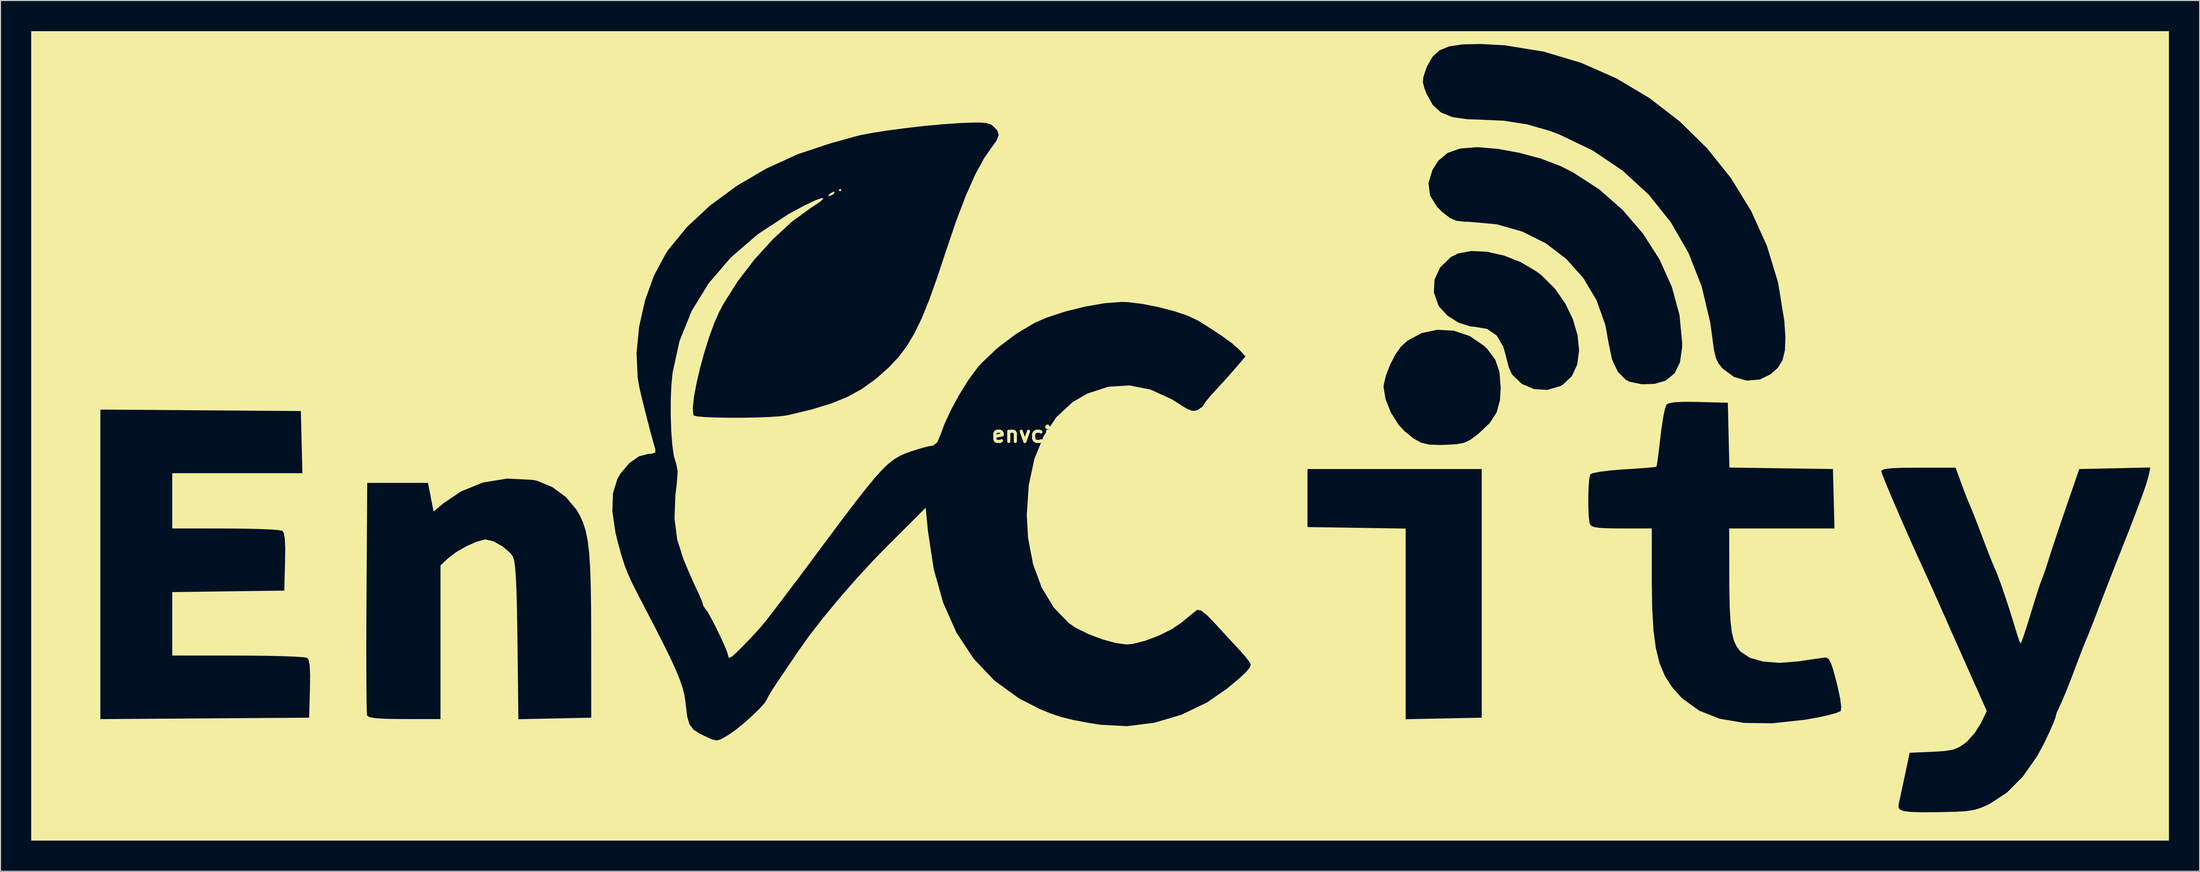
<source format=kicad_pcb>
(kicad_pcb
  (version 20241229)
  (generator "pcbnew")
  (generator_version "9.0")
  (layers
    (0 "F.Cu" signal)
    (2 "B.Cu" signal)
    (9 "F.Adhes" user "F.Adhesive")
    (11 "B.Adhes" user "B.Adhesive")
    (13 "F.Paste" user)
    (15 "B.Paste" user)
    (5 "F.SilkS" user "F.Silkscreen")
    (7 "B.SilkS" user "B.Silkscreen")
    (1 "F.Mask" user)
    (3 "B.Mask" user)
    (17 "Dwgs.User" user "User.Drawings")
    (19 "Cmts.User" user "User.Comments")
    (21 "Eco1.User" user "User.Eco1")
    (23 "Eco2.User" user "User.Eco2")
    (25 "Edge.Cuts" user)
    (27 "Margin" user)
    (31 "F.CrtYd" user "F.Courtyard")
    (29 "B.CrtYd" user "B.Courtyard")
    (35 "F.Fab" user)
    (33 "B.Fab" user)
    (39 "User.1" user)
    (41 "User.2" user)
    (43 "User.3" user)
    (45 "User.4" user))
  (footprint "envcity_logo_kicad"
    (layer "F.Cu")
    (at 104.302 39.451)
    (property "Reference" "envcity_logo_kicad" (at 0 0 0) (layer "F.SilkS") (effects (font (size 1.5 1.5) (thickness 0.3))))
    (attr board_only exclude_from_pos_files exclude_from_bom)
    (fp_poly (pts (xy -25.13 -23.914) (xy -25.265 -23.779) (xy -25.4 -23.914) (xy -25.265 -24.049)) (stroke (width 0) (type solid)) (fill yes) (layer "F.SilkS"))
    (fp_poly (pts (xy -25.798 -23.727) (xy -25.879 -23.526) (xy -26.131 -23.391) (xy -26.447 -23.309) (xy -26.318 -23.506) (xy -26.283 -23.542) (xy -25.928 -23.755)) (stroke (width 0) (type solid)) (fill yes) (layer "F.SilkS"))
    (fp_poly (pts (xy 104.572 0.135) (xy 104.572 39.721) (xy 0.135 39.721) (xy -104.302 39.721) (xy -104.302 0.135) (xy -104.302 -2.439) (xy -97.547 -2.439) (xy -97.547 12.7) (xy -97.547 27.838) (xy -87.346 27.768) (xy -77.146 27.697) (xy -77.068 24.882) (xy -77.051 23.487) (xy -77.095 22.559) (xy -77.206 22.028) (xy -77.338 21.846) (xy -77.697 21.784) (xy -78.517 21.728) (xy -79.718 21.681) (xy -81.22 21.646) (xy -82.943 21.626) (xy -84.104 21.621) (xy -90.521 21.617) (xy -90.521 20.616) (xy -71.559 20.616) (xy -71.558 22.65) (xy -71.551 24.404) (xy -71.538 25.82) (xy -71.519 26.839) (xy -71.495 27.403) (xy -71.483 27.494) (xy -71.253 27.645) (xy -70.663 27.748) (xy -69.656 27.808) (xy -68.177 27.831) (xy -67.832 27.832) (xy -64.311 27.832) (xy -64.311 20.317) (xy -64.311 12.801) (xy -63.568 12.104) (xy -62.779 11.501) (xy -61.794 10.933) (xy -60.805 10.493) (xy -60.003 10.277) (xy -59.869 10.269) (xy -59.102 10.463) (xy -58.239 10.948) (xy -57.504 11.58) (xy -57.235 11.942) (xy -57.12 12.297) (xy -57.025 12.951) (xy -56.948 13.949) (xy -56.886 15.337) (xy -56.838 17.161) (xy -56.799 19.467) (xy -56.79 20.206) (xy -56.701 27.847) (xy -53.142 27.772) (xy -49.584 27.697) (xy -49.587 19.726) (xy -49.597 17.031) (xy -49.629 14.813) (xy -49.69 13.007) (xy -49.788 11.549) (xy -49.93 10.376) (xy -50.124 9.423) (xy -50.378 8.626) (xy -50.697 7.922) (xy -50.931 7.515) (xy -47.521 7.515) (xy -47.21 9.622) (xy -47.003 10.476) (xy -46.656 11.74) (xy -46.339 12.746) (xy -45.983 13.663) (xy -45.521 14.663) (xy -44.884 15.917) (xy -44.664 16.337) (xy -43.501 18.574) (xy -42.57 20.4) (xy -41.844 21.877) (xy -41.298 23.068) (xy -40.905 24.035) (xy -40.636 24.841) (xy -40.466 25.549) (xy -40.368 26.221) (xy -40.352 26.393) (xy -40.213 27.564) (xy -39.99 28.338) (xy -39.597 28.862) (xy -38.948 29.279) (xy -38.505 29.49) (xy -37.792 29.811) (xy -37.342 29.928) (xy -36.934 29.824) (xy -36.346 29.484) (xy -36.073 29.316) (xy -35.418 28.853) (xy -34.635 28.211) (xy -33.833 27.493) (xy -33.124 26.801) (xy -32.618 26.24) (xy -32.426 25.912) (xy -32.282 25.614) (xy -31.9 24.986) (xy -31.348 24.14) (xy -31.073 23.733) (xy -30.421 22.775) (xy -29.853 21.938) (xy -29.463 21.359) (xy -29.384 21.24) (xy -28.306 19.713) (xy -26.924 17.932) (xy -25.332 16.009) (xy -23.624 14.054) (xy -21.894 12.18) (xy -20.69 10.944) (xy -16.903 7.161) (xy -16.682 9.457) (xy -16.122 13.156) (xy -15.19 16.469) (xy -13.888 19.395) (xy -12.218 21.929) (xy -10.183 24.069) (xy -7.784 25.812) (xy -5.769 26.847) (xy -4.682 27.291) (xy -3.642 27.636) (xy -2.489 27.922) (xy -1.065 28.191) (xy 0.143 28.386) (xy 2.759 28.529) (xy 5.444 28.193) (xy 8.088 27.409) (xy 10.582 26.209) (xy 12.525 24.864) (xy 13.621 23.952) (xy 14.337 23.296) (xy 14.731 22.838) (xy 14.861 22.518) (xy 14.862 22.495) (xy 14.691 22.186) (xy 14.252 21.632) (xy 13.848 21.179) (xy 13.143 20.416) (xy 12.263 19.459) (xy 11.398 18.515) (xy 11.391 18.507) (xy 10.573 17.663) (xy 10.012 17.222) (xy 9.656 17.144) (xy 9.593 17.176) (xy 9.198 17.484) (xy 8.557 18.006) (xy 8.066 18.416) (xy 7.103 19.062) (xy 5.866 19.674) (xy 4.551 20.172) (xy 3.354 20.477) (xy 2.754 20.536) (xy 1.678 20.398) (xy 0.354 20.032) (xy -1.014 19.513) (xy -2.226 18.914) (xy -2.927 18.445) (xy -4.402 16.905) (xy -5.571 14.962) (xy -6.413 12.677) (xy -6.902 10.109) (xy -7.026 7.893) (xy -6.838 4.981) (xy -6.496 3.378) (xy 20.401 3.378) (xy 20.401 6.215) (xy 20.401 9.052) (xy 25.197 9.126) (xy 29.994 9.2) (xy 29.994 18.523) (xy 29.994 27.847) (xy 33.709 27.772) (xy 37.424 27.697) (xy 37.424 15.537) (xy 37.424 6.086) (xy 47.838 6.086) (xy 47.842 7.123) (xy 47.883 8.036) (xy 47.962 8.659) (xy 47.992 8.76) (xy 48.153 8.953) (xy 48.521 9.08) (xy 49.189 9.152) (xy 50.249 9.183) (xy 51.099 9.187) (xy 54.043 9.187) (xy 54.043 14.39) (xy 54.081 17.007) (xy 54.208 19.164) (xy 54.445 20.936) (xy 54.812 22.397) (xy 55.327 23.624) (xy 56.011 24.691) (xy 56.884 25.674) (xy 57.065 25.849) (xy 58.674 27.011) (xy 60.67 27.798) (xy 63.053 28.209) (xy 65.819 28.245) (xy 68.968 27.905) (xy 70.215 27.687) (xy 71.223 27.469) (xy 72.025 27.25) (xy 72.469 27.071) (xy 72.498 27.048) (xy 72.555 26.665) (xy 72.453 25.844) (xy 72.203 24.664) (xy 72.106 24.275) (xy 71.792 23.096) (xy 71.548 22.354) (xy 71.329 21.959) (xy 71.091 21.818) (xy 70.928 21.818) (xy 70.405 21.89) (xy 69.528 22.016) (xy 68.476 22.172) (xy 68.362 22.189) (xy 66.55 22.333) (xy 64.941 22.212) (xy 63.631 21.842) (xy 62.717 21.241) (xy 62.703 21.226) (xy 62.342 20.755) (xy 62.068 20.162) (xy 61.87 19.371) (xy 61.737 18.306) (xy 61.657 16.894) (xy 61.621 15.058) (xy 61.615 13.848) (xy 61.609 9.187) (xy 66.752 9.187) (xy 71.895 9.187) (xy 71.818 6.282) (xy 71.747 3.599) (xy 76.47 3.599) (xy 76.576 3.934) (xy 76.871 4.683) (xy 77.321 5.765) (xy 77.892 7.101) (xy 78.549 8.613) (xy 79.257 10.22) (xy 79.984 11.844) (xy 80.694 13.404) (xy 80.93 13.916) (xy 81.352 14.842) (xy 81.963 16.211) (xy 82.741 17.967) (xy 83.159 18.915) (xy 83.47 19.62) (xy 83.942 20.683) (xy 84.514 21.971) (xy 85.127 23.348) (xy 85.234 23.588) (xy 86.774 27.046) (xy 86.188 28.257) (xy 85.617 29.166) (xy 84.888 29.99) (xy 84.638 30.204) (xy 84.067 30.586) (xy 83.473 30.821) (xy 82.688 30.954) (xy 81.542 31.03) (xy 81.456 31.033) (xy 79.239 31.127) (xy 78.773 33.33) (xy 78.539 34.431) (xy 78.334 35.386) (xy 78.194 36.025) (xy 78.173 36.116) (xy 78.143 36.447) (xy 78.28 36.681) (xy 78.654 36.833) (xy 79.339 36.917) (xy 80.406 36.948) (xy 81.926 36.939) (xy 82.28 36.933) (xy 83.707 36.901) (xy 84.736 36.839) (xy 85.507 36.723) (xy 86.162 36.529) (xy 86.842 36.234) (xy 87.06 36.129) (xy 88.734 35.031) (xy 90.295 33.46) (xy 91.686 31.48) (xy 92.397 30.161) (xy 92.878 29.142) (xy 93.252 28.296) (xy 93.465 27.745) (xy 93.494 27.621) (xy 93.611 27.198) (xy 93.895 26.578) (xy 93.899 26.57) (xy 94.168 25.988) (xy 94.558 25.052) (xy 95.005 23.915) (xy 95.261 23.238) (xy 95.693 22.091) (xy 96.078 21.089) (xy 96.364 20.37) (xy 96.466 20.131) (xy 96.665 19.654) (xy 97 18.81) (xy 97.416 17.736) (xy 97.687 17.023) (xy 98.239 15.579) (xy 98.854 13.991) (xy 99.423 12.54) (xy 99.573 12.16) (xy 100.565 9.65) (xy 101.352 7.616) (xy 101.942 6.035) (xy 102.343 4.887) (xy 102.564 4.15) (xy 102.593 4.021) (xy 102.752 3.226) (xy 99.281 3.302) (xy 95.811 3.378) (xy 94.509 7.161) (xy 94.007 8.63) (xy 93.533 10.037) (xy 93.133 11.247) (xy 92.851 12.122) (xy 92.798 12.295) (xy 92.513 13.186) (xy 92.249 13.932) (xy 92.147 14.186) (xy 91.973 14.658) (xy 91.69 15.517) (xy 91.339 16.633) (xy 91.035 17.633) (xy 90.681 18.779) (xy 90.378 19.695) (xy 90.161 20.279) (xy 90.066 20.441) (xy 89.945 20.152) (xy 89.723 19.488) (xy 89.455 18.616) (xy 89.027 17.228) (xy 88.57 15.831) (xy 88.132 14.568) (xy 87.761 13.578) (xy 87.559 13.105) (xy 87.356 12.628) (xy 87.019 11.783) (xy 86.603 10.708) (xy 86.333 9.998) (xy 85.896 8.851) (xy 85.506 7.85) (xy 85.217 7.131) (xy 85.113 6.89) (xy 84.885 6.347) (xy 84.558 5.505) (xy 84.294 4.796) (xy 83.727 3.243) (xy 80.099 3.243) (xy 78.568 3.254) (xy 77.509 3.294) (xy 76.854 3.368) (xy 76.533 3.484) (xy 76.47 3.599) (xy 71.747 3.599) (xy 71.741 3.378) (xy 66.684 3.304) (xy 61.626 3.231) (xy 61.549 0.062) (xy 61.473 -3.107) (xy 58.609 -3.184) (xy 57.179 -3.199) (xy 56.218 -3.153) (xy 55.66 -3.038) (xy 55.471 -2.914) (xy 55.329 -2.512) (xy 55.162 -1.703) (xy 54.993 -0.616) (xy 54.886 0.252) (xy 54.75 1.42) (xy 54.629 2.368) (xy 54.537 2.98) (xy 54.496 3.149) (xy 54.212 3.195) (xy 53.499 3.261) (xy 52.467 3.337) (xy 51.326 3.41) (xy 50.044 3.51) (xy 48.994 3.638) (xy 48.286 3.777) (xy 48.034 3.891) (xy 47.936 4.305) (xy 47.87 5.092) (xy 47.838 6.086) (xy 37.424 6.086) (xy 37.424 3.378) (xy 28.913 3.378) (xy 20.401 3.378) (xy -6.496 3.378) (xy -6.285 2.394) (xy -5.379 0.158) (xy -4.131 -1.702) (xy -2.555 -3.161) (xy -1.099 -4.009) (xy 0.948 -4.673) (xy 3.013 -4.8) (xy 5.083 -4.39) (xy 7.141 -3.446) (xy 7.749 -3.062) (xy 8.571 -2.545) (xy 9.114 -2.32) (xy 9.519 -2.338) (xy 9.709 -2.422) (xy 10.146 -2.727) (xy 10.271 -2.914) (xy 10.445 -3.198) (xy 10.892 -3.743) (xy 11.418 -4.323) (xy 11.708 -4.639) (xy 27.832 -4.639) (xy 28.031 -3.442) (xy 28.555 -2.14) (xy 29.301 -0.955) (xy 29.898 -0.312) (xy 30.747 0.377) (xy 31.472 0.788) (xy 32.266 0.983) (xy 33.319 1.023) (xy 33.941 1.007) (xy 34.993 0.946) (xy 35.715 0.807) (xy 36.315 0.517) (xy 37.001 0.005) (xy 37.12 -0.092) (xy 38.215 -1.127) (xy 38.883 -2.16) (xy 39.209 -3.364) (xy 39.28 -4.594) (xy 39.159 -6.117) (xy 38.753 -7.31) (xy 37.997 -8.338) (xy 37.651 -8.676) (xy 36.262 -9.628) (xy 34.707 -10.152) (xy 33.098 -10.248) (xy 31.544 -9.919) (xy 30.157 -9.164) (xy 29.539 -8.604) (xy 28.986 -7.828) (xy 28.456 -6.79) (xy 28.043 -5.706) (xy 27.839 -4.793) (xy 27.832 -4.639) (xy 11.708 -4.639) (xy 12.226 -5.203) (xy 13.048 -6.124) (xy 13.452 -6.591) (xy 14.343 -7.643) (xy 13.724 -8.307) (xy 13.073 -8.89) (xy 12.038 -9.645) (xy 10.578 -10.6) (xy 9.695 -11.15) (xy 8.716 -11.614) (xy 7.369 -12.067) (xy 5.827 -12.469) (xy 4.261 -12.777) (xy 2.845 -12.949) (xy 2.276 -12.97) (xy 0.618 -12.849) (xy -1.302 -12.519) (xy -3.273 -12.031) (xy -5.083 -11.435) (xy -6.239 -10.933) (xy -8.086 -9.833) (xy -9.895 -8.46) (xy -11.454 -6.982) (xy -11.842 -6.542) (xy -12.686 -5.4) (xy -13.571 -3.985) (xy -14.395 -2.477) (xy -15.061 -1.056) (xy -15.422 -0.068) (xy -15.766 0.759) (xy -16.16 1.078) (xy -16.203 1.081) (xy -16.684 1.164) (xy -17.485 1.38) (xy -18.277 1.631) (xy -18.897 1.854) (xy -19.455 2.105) (xy -19.992 2.425) (xy -20.547 2.858) (xy -21.161 3.447) (xy -21.872 4.235) (xy -22.722 5.265) (xy -23.75 6.579) (xy -24.995 8.22) (xy -26.498 10.232) (xy -27.429 11.484) (xy -28.214 12.541) (xy -28.892 13.451) (xy -29.391 14.119) (xy -29.641 14.451) (xy -29.647 14.457) (xy -29.905 14.795) (xy -30.389 15.434) (xy -30.999 16.243) (xy -31.074 16.343) (xy -31.885 17.414) (xy -32.487 18.189) (xy -32.995 18.803) (xy -33.523 19.393) (xy -34.185 20.095) (xy -34.502 20.426) (xy -35.311 21.25) (xy -35.823 21.712) (xy -36.099 21.855) (xy -36.202 21.721) (xy -36.209 21.614) (xy -36.321 21.23) (xy -36.614 20.528) (xy -37.021 19.645) (xy -37.473 18.719) (xy -37.904 17.889) (xy -38.247 17.292) (xy -38.424 17.068) (xy -38.638 16.76) (xy -38.64 16.718) (xy -38.752 16.336) (xy -39.034 15.671) (xy -39.2 15.322) (xy -39.582 14.501) (xy -40.064 13.404) (xy -40.548 12.255) (xy -40.587 12.16) (xy -41.188 10.246) (xy -41.443 8.225) (xy -41.365 5.96) (xy -41.227 4.841) (xy -41.136 3.591) (xy -41.298 2.787) (xy -41.315 2.753) (xy -41.508 2.107) (xy -41.659 1.047) (xy -41.762 -0.305) (xy -41.815 -1.825) (xy -41.812 -3.387) (xy -41.748 -4.869) (xy -41.635 -6.04) (xy -40.953 -9.156) (xy -39.771 -12.081) (xy -38.102 -14.8) (xy -35.957 -17.299) (xy -33.346 -19.563) (xy -30.283 -21.577) (xy -28.692 -22.432) (xy -27.68 -22.908) (xy -27.071 -23.126) (xy -26.887 -23.095) (xy -27.15 -22.824) (xy -27.88 -22.322) (xy -28.099 -22.185) (xy -29.932 -20.855) (xy -31.812 -19.128) (xy -33.632 -17.125) (xy -35.286 -14.967) (xy -36.667 -12.776) (xy -37.086 -11.984) (xy -37.586 -10.845) (xy -38.083 -9.468) (xy -38.554 -7.958) (xy -38.971 -6.415) (xy -39.312 -4.942) (xy -39.549 -3.642) (xy -39.659 -2.616) (xy -39.615 -1.968) (xy -39.572 -1.869) (xy -39.256 -1.777) (xy -38.509 -1.708) (xy -37.441 -1.663) (xy -36.162 -1.641) (xy -34.779 -1.643) (xy -33.404 -1.667) (xy -32.146 -1.715) (xy -31.113 -1.786) (xy -30.415 -1.879) (xy -30.399 -1.883) (xy -28.049 -2.45) (xy -26.13 -3.036) (xy -24.532 -3.688) (xy -23.146 -4.452) (xy -21.863 -5.374) (xy -21.559 -5.623) (xy -20.489 -6.581) (xy -19.565 -7.566) (xy -18.747 -8.649) (xy -17.996 -9.905) (xy -17.273 -11.406) (xy -16.538 -13.224) (xy -16.3 -13.892) (xy 32.75 -13.892) (xy 33.199 -12.629) (xy 33.263 -12.521) (xy 34.059 -11.641) (xy 35.147 -10.95) (xy 36.308 -10.573) (xy 36.725 -10.538) (xy 37.96 -10.325) (xy 38.893 -9.675) (xy 39.539 -8.577) (xy 39.844 -7.445) (xy 40.062 -6.611) (xy 40.352 -5.935) (xy 40.404 -5.852) (xy 41.34 -4.953) (xy 42.531 -4.447) (xy 43.83 -4.364) (xy 45.094 -4.732) (xy 45.344 -4.871) (xy 46.232 -5.705) (xy 46.757 -6.841) (xy 46.938 -8.2) (xy 46.792 -9.702) (xy 46.338 -11.266) (xy 45.596 -12.813) (xy 44.582 -14.262) (xy 43.316 -15.533) (xy 42.799 -15.934) (xy 41.255 -16.852) (xy 39.601 -17.507) (xy 37.949 -17.879) (xy 36.41 -17.951) (xy 35.094 -17.703) (xy 34.38 -17.339) (xy 33.361 -16.335) (xy 32.811 -15.156) (xy 32.75 -13.892) (xy -16.3 -13.892) (xy -15.751 -15.432) (xy -15.002 -17.703) (xy -13.954 -20.805) (xy -12.969 -23.389) (xy -12.438 -24.582) (xy 32.224 -24.582) (xy 32.378 -23.377) (xy 33.064 -22.256) (xy 33.579 -21.753) (xy 34.306 -21.19) (xy 34.943 -20.907) (xy 35.749 -20.813) (xy 36.208 -20.806) (xy 38.905 -20.558) (xy 41.416 -19.841) (xy 43.694 -18.698) (xy 45.69 -17.171) (xy 47.357 -15.3) (xy 48.646 -13.129) (xy 49.509 -10.7) (xy 49.83 -8.903) (xy 50.156 -7.341) (xy 50.728 -6.132) (xy 51.509 -5.343) (xy 51.881 -5.157) (xy 53.05 -4.916) (xy 54.305 -4.952) (xy 55.372 -5.258) (xy 55.402 -5.274) (xy 56.266 -5.98) (xy 56.795 -7.054) (xy 57.009 -8.534) (xy 57.015 -8.89) (xy 56.753 -11.691) (xy 55.995 -14.464) (xy 54.787 -17.143) (xy 53.173 -19.666) (xy 51.196 -21.968) (xy 48.901 -23.984) (xy 46.331 -25.65) (xy 45.036 -26.297) (xy 43.208 -26.986) (xy 41.119 -27.551) (xy 39.001 -27.94) (xy 37.085 -28.101) (xy 36.903 -28.102) (xy 35.292 -27.968) (xy 34.074 -27.535) (xy 33.166 -26.762) (xy 32.605 -25.867) (xy 32.224 -24.582) (xy -12.438 -24.582) (xy -12.042 -25.474) (xy -11.163 -27.077) (xy -10.563 -27.937) (xy -9.984 -28.735) (xy -9.771 -29.29) (xy -9.904 -29.738) (xy -10.261 -30.122) (xy -10.563 -30.336) (xy -10.969 -30.464) (xy -11.591 -30.517) (xy -12.543 -30.506) (xy -13.706 -30.454) (xy -15.286 -30.345) (xy -17.046 -30.18) (xy -18.855 -29.974) (xy -20.585 -29.744) (xy -22.108 -29.508) (xy -23.295 -29.28) (xy -23.779 -29.159) (xy -24.597 -28.926) (xy -25.636 -28.638) (xy -26.211 -28.481) (xy -29.399 -27.42) (xy -32.481 -26.014) (xy -35.371 -24.317) (xy -37.988 -22.387) (xy -40.247 -20.279) (xy -42.065 -18.049) (xy -42.3 -17.699) (xy -43.447 -15.557) (xy -44.324 -13.129) (xy -44.902 -10.561) (xy -45.154 -8) (xy -45.051 -5.589) (xy -44.867 -4.53) (xy -44.662 -3.66) (xy -44.384 -2.54) (xy -44.073 -1.323) (xy -43.769 -0.161) (xy -43.511 0.794) (xy -43.338 1.389) (xy -43.328 1.419) (xy -43.32 1.754) (xy -43.679 1.881) (xy -43.992 1.891) (xy -44.92 2.136) (xy -45.865 2.801) (xy -46.702 3.788) (xy -47.029 4.347) (xy -47.46 5.748) (xy -47.521 7.515) (xy -50.931 7.515) (xy -51.025 7.35) (xy -52.05 6.124) (xy -53.38 5.146) (xy -54.837 4.536) (xy -55.323 4.435) (xy -57.808 4.31) (xy -60.153 4.692) (xy -62.316 5.569) (xy -64.04 6.743) (xy -64.986 7.533) (xy -65.262 6.131) (xy -65.538 4.729) (xy -68.505 4.729) (xy -71.471 4.729) (xy -71.542 15.942) (xy -71.554 18.361) (xy -71.559 20.616) (xy -90.521 20.616) (xy -90.521 18.515) (xy -90.521 15.413) (xy -85.049 15.34) (xy -79.578 15.267) (xy -79.5 12.452) (xy -79.483 11.057) (xy -79.527 10.13) (xy -79.637 9.598) (xy -79.77 9.416) (xy -80.139 9.347) (xy -80.958 9.287) (xy -82.138 9.238) (xy -83.588 9.205) (xy -85.218 9.191) (xy -85.32 9.191) (xy -90.521 9.187) (xy -90.521 6.485) (xy -90.521 3.783) (xy -84.162 3.783) (xy -77.804 3.783) (xy -77.88 0.743) (xy -77.956 -2.297) (xy -87.752 -2.368) (xy -97.547 -2.439) (xy -104.302 -2.439) (xy -104.302 -34.465) (xy 31.672 -34.465) (xy 31.823 -33.865) (xy 32.052 -33.292) (xy 32.643 -32.233) (xy 33.45 -31.499) (xy 34.555 -31.047) (xy 36.044 -30.836) (xy 37.019 -30.807) (xy 39.583 -30.692) (xy 41.863 -30.335) (xy 44.074 -29.699) (xy 45.01 -29.348) (xy 48.285 -27.772) (xy 51.204 -25.8) (xy 53.748 -23.458) (xy 55.895 -20.772) (xy 57.626 -17.771) (xy 58.92 -14.48) (xy 59.757 -10.927) (xy 59.953 -9.501) (xy 60.108 -8.318) (xy 60.292 -7.522) (xy 60.555 -6.957) (xy 60.948 -6.47) (xy 60.963 -6.454) (xy 62.075 -5.632) (xy 63.326 -5.27) (xy 64.597 -5.381) (xy 65.662 -5.898) (xy 66.358 -6.52) (xy 66.812 -7.262) (xy 67.05 -8.228) (xy 67.098 -9.518) (xy 66.997 -11.079) (xy 66.387 -14.851) (xy 65.289 -18.464) (xy 63.742 -21.881) (xy 61.782 -25.07) (xy 59.448 -27.994) (xy 56.777 -30.62) (xy 53.807 -32.914) (xy 50.577 -34.84) (xy 47.123 -36.364) (xy 43.484 -37.451) (xy 39.697 -38.068) (xy 37.289 -38.199) (xy 35.55 -38.16) (xy 34.251 -37.967) (xy 33.303 -37.579) (xy 32.618 -36.955) (xy 32.108 -36.054) (xy 31.995 -35.776) (xy 31.731 -35.014) (xy 31.672 -34.465) (xy -104.302 -34.465) (xy -104.302 -39.451) (xy 0.135 -39.451) (xy 104.572 -39.451)) (stroke (width 0) (type solid)) (fill yes) (layer "F.SilkS")))
  (gr_rect
    (start -3 -3)
    (end 211.874 82.172)
    (stroke (width 0.1) (type default))
    (fill no)
    (layer "Edge.Cuts")))
</source>
